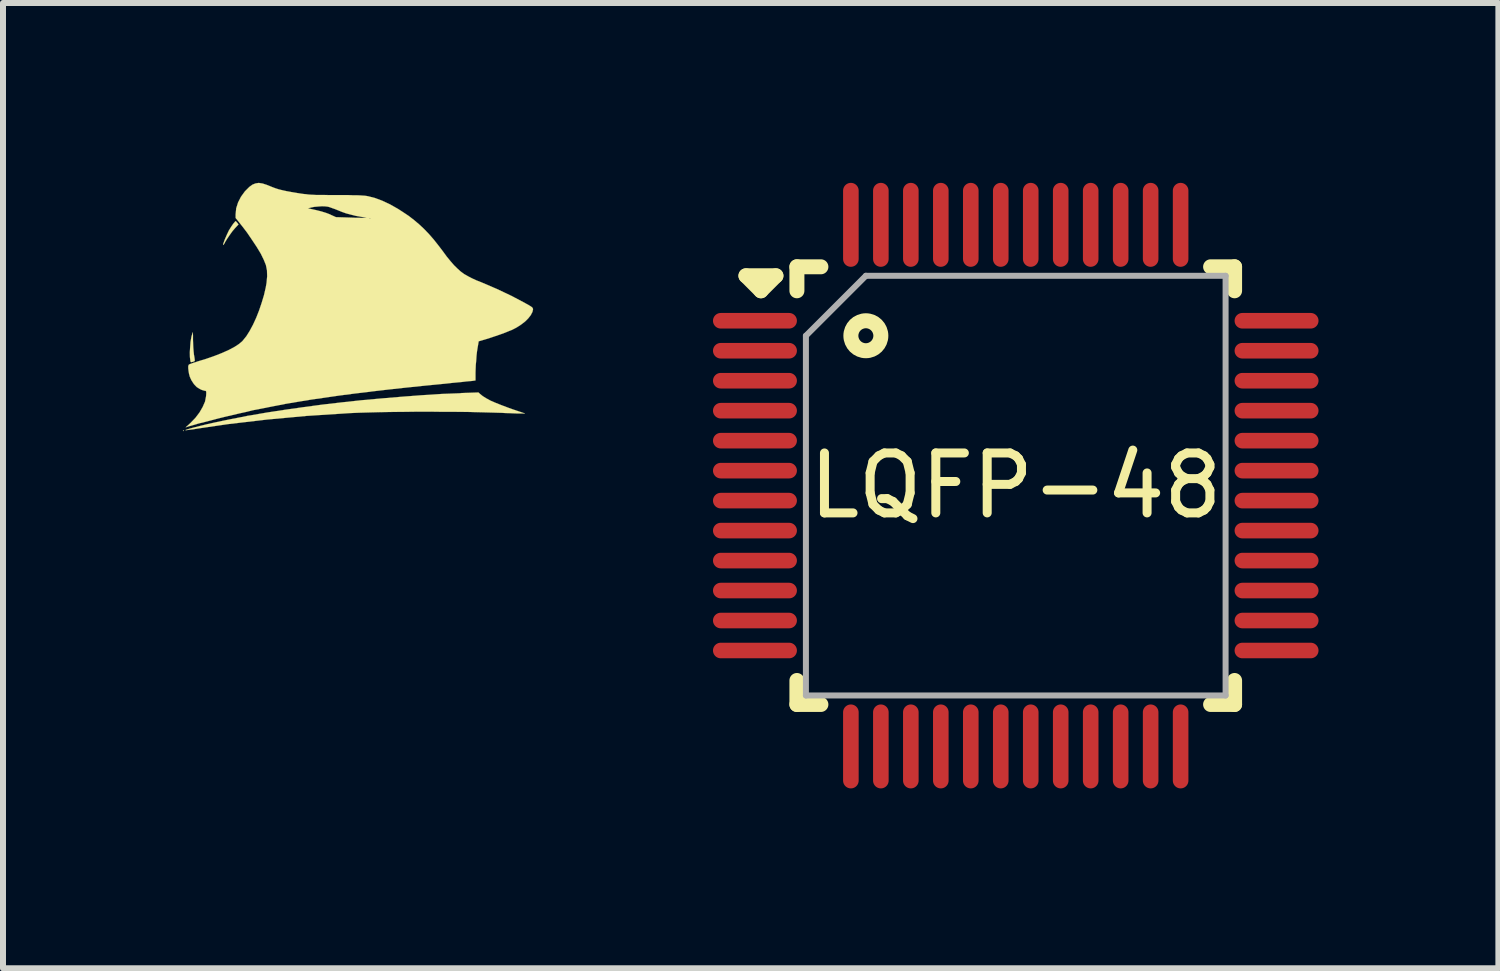
<source format=kicad_pcb>
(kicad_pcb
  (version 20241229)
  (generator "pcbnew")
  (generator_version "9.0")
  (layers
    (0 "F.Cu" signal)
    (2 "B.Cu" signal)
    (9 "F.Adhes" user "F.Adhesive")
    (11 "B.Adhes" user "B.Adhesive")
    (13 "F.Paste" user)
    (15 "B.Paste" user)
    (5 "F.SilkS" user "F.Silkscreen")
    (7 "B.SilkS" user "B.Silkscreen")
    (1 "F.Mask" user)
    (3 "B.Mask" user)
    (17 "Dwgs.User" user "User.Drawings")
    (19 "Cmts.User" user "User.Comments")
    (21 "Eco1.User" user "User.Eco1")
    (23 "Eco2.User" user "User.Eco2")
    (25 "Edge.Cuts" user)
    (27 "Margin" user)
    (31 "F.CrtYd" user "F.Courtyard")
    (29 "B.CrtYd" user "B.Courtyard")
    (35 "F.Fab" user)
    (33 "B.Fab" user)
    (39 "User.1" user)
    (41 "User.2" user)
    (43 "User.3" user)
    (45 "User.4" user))
  (footprint "LQFP-48"
    (layer "F.Cu")
    (at 13.892 5.05)
    (property "Reference" "LQFP-48" (at 0 0 0) (layer "F.SilkS") (effects (font (size 1 1) (thickness 0.15))))
    (attr smd)
    (fp_line (start -4.5 -3.5) (end -4.25 -3.25) (stroke (width 0.25) (type solid)) (layer "F.SilkS"))
    (fp_line (start -4.25 -3.25) (end -4 -3.5) (stroke (width 0.25) (type solid)) (layer "F.SilkS"))
    (fp_line (start -4 -3.5) (end -4.5 -3.5) (stroke (width 0.25) (type solid)) (layer "F.SilkS"))
    (fp_line (start -3.65 -3.65) (end -3.65 -3.25) (stroke (width 0.25) (type solid)) (layer "F.SilkS"))
    (fp_line (start -3.65 3.65) (end -3.65 3.25) (stroke (width 0.25) (type solid)) (layer "F.SilkS"))
    (fp_line (start -3.25 -3.65) (end -3.65 -3.65) (stroke (width 0.25) (type solid)) (layer "F.SilkS"))
    (fp_line (start -3.25 3.65) (end -3.65 3.65) (stroke (width 0.25) (type solid)) (layer "F.SilkS"))
    (fp_line (start 3.25 -3.65) (end 3.65 -3.65) (stroke (width 0.25) (type solid)) (layer "F.SilkS"))
    (fp_line (start 3.25 3.65) (end 3.65 3.65) (stroke (width 0.25) (type solid)) (layer "F.SilkS"))
    (fp_line (start 3.65 -3.65) (end 3.65 -3.25) (stroke (width 0.25) (type solid)) (layer "F.SilkS"))
    (fp_line (start 3.65 3.65) (end 3.65 3.25) (stroke (width 0.25) (type solid)) (layer "F.SilkS"))
    (fp_circle (center -2.5 -2.5) (end -2.25 -2.5) (stroke (width 0.25) (type solid)) (fill no) (layer "F.SilkS"))
    (fp_line (start -3.5 -2.5) (end -3.5 3.5) (stroke (width 0.1) (type solid)) (layer "F.Fab"))
    (fp_line (start -3.5 3.5) (end 3.5 3.5) (stroke (width 0.1) (type solid)) (layer "F.Fab"))
    (fp_line (start -2.5 -3.5) (end -3.5 -2.5) (stroke (width 0.1) (type solid)) (layer "F.Fab"))
    (fp_line (start 3.5 -3.5) (end -2.5 -3.5) (stroke (width 0.1) (type solid)) (layer "F.Fab"))
    (fp_line (start 3.5 3.5) (end 3.5 -3.5) (stroke (width 0.1) (type solid)) (layer "F.Fab"))
    (pad "1" smd oval (at -4.35 -2.75 90) (size 0.26 1.4) (layers "F.Cu" "F.Mask" "F.Paste"))
    (pad "2" smd oval (at -4.35 -2.25 90) (size 0.26 1.4) (layers "F.Cu" "F.Mask" "F.Paste"))
    (pad "3" smd oval (at -4.35 -1.75 90) (size 0.26 1.4) (layers "F.Cu" "F.Mask" "F.Paste"))
    (pad "4" smd oval (at -4.35 -1.25 90) (size 0.26 1.4) (layers "F.Cu" "F.Mask" "F.Paste"))
    (pad "5" smd oval (at -4.35 -0.75 90) (size 0.26 1.4) (layers "F.Cu" "F.Mask" "F.Paste"))
    (pad "6" smd oval (at -4.35 -0.25 90) (size 0.26 1.4) (layers "F.Cu" "F.Mask" "F.Paste"))
    (pad "7" smd oval (at -4.35 0.25 90) (size 0.26 1.4) (layers "F.Cu" "F.Mask" "F.Paste"))
    (pad "8" smd oval (at -4.35 0.75 90) (size 0.26 1.4) (layers "F.Cu" "F.Mask" "F.Paste"))
    (pad "9" smd oval (at -4.35 1.25 90) (size 0.26 1.4) (layers "F.Cu" "F.Mask" "F.Paste"))
    (pad "10" smd oval (at -4.35 1.75 90) (size 0.26 1.4) (layers "F.Cu" "F.Mask" "F.Paste"))
    (pad "11" smd oval (at -4.35 2.25 90) (size 0.26 1.4) (layers "F.Cu" "F.Mask" "F.Paste"))
    (pad "12" smd oval (at -4.35 2.75 90) (size 0.26 1.4) (layers "F.Cu" "F.Mask" "F.Paste"))
    (pad "13" smd oval (at -2.75 4.35) (size 0.26 1.4) (layers "F.Cu" "F.Mask" "F.Paste"))
    (pad "14" smd oval (at -2.25 4.35) (size 0.26 1.4) (layers "F.Cu" "F.Mask" "F.Paste"))
    (pad "15" smd oval (at -1.75 4.35) (size 0.26 1.4) (layers "F.Cu" "F.Mask" "F.Paste"))
    (pad "16" smd oval (at -1.25 4.35) (size 0.26 1.4) (layers "F.Cu" "F.Mask" "F.Paste"))
    (pad "17" smd oval (at -0.75 4.35) (size 0.26 1.4) (layers "F.Cu" "F.Mask" "F.Paste"))
    (pad "18" smd oval (at -0.25 4.35) (size 0.26 1.4) (layers "F.Cu" "F.Mask" "F.Paste"))
    (pad "19" smd oval (at 0.25 4.35) (size 0.26 1.4) (layers "F.Cu" "F.Mask" "F.Paste"))
    (pad "20" smd oval (at 0.75 4.35) (size 0.26 1.4) (layers "F.Cu" "F.Mask" "F.Paste"))
    (pad "21" smd oval (at 1.25 4.35) (size 0.26 1.4) (layers "F.Cu" "F.Mask" "F.Paste"))
    (pad "22" smd oval (at 1.75 4.35) (size 0.26 1.4) (layers "F.Cu" "F.Mask" "F.Paste"))
    (pad "23" smd oval (at 2.25 4.35) (size 0.26 1.4) (layers "F.Cu" "F.Mask" "F.Paste"))
    (pad "24" smd oval (at 2.75 4.35) (size 0.26 1.4) (layers "F.Cu" "F.Mask" "F.Paste"))
    (pad "25" smd oval (at 4.35 2.75 90) (size 0.26 1.4) (layers "F.Cu" "F.Mask" "F.Paste"))
    (pad "26" smd oval (at 4.35 2.25 90) (size 0.26 1.4) (layers "F.Cu" "F.Mask" "F.Paste"))
    (pad "27" smd oval (at 4.35 1.75 90) (size 0.26 1.4) (layers "F.Cu" "F.Mask" "F.Paste"))
    (pad "28" smd oval (at 4.35 1.25 90) (size 0.26 1.4) (layers "F.Cu" "F.Mask" "F.Paste"))
    (pad "29" smd oval (at 4.35 0.75 90) (size 0.26 1.4) (layers "F.Cu" "F.Mask" "F.Paste"))
    (pad "30" smd oval (at 4.35 0.25 90) (size 0.26 1.4) (layers "F.Cu" "F.Mask" "F.Paste"))
    (pad "31" smd oval (at 4.35 -0.25 90) (size 0.26 1.4) (layers "F.Cu" "F.Mask" "F.Paste"))
    (pad "32" smd oval (at 4.35 -0.75 90) (size 0.26 1.4) (layers "F.Cu" "F.Mask" "F.Paste"))
    (pad "33" smd oval (at 4.35 -1.25 90) (size 0.26 1.4) (layers "F.Cu" "F.Mask" "F.Paste"))
    (pad "34" smd oval (at 4.35 -1.75 90) (size 0.26 1.4) (layers "F.Cu" "F.Mask" "F.Paste"))
    (pad "35" smd oval (at 4.35 -2.25 90) (size 0.26 1.4) (layers "F.Cu" "F.Mask" "F.Paste"))
    (pad "36" smd oval (at 4.35 -2.75 90) (size 0.26 1.4) (layers "F.Cu" "F.Mask" "F.Paste"))
    (pad "37" smd oval (at 2.75 -4.35) (size 0.26 1.4) (layers "F.Cu" "F.Mask" "F.Paste"))
    (pad "38" smd oval (at 2.25 -4.35) (size 0.26 1.4) (layers "F.Cu" "F.Mask" "F.Paste"))
    (pad "39" smd oval (at 1.75 -4.35) (size 0.26 1.4) (layers "F.Cu" "F.Mask" "F.Paste"))
    (pad "40" smd oval (at 1.25 -4.35) (size 0.26 1.4) (layers "F.Cu" "F.Mask" "F.Paste"))
    (pad "41" smd oval (at 0.75 -4.35) (size 0.26 1.4) (layers "F.Cu" "F.Mask" "F.Paste"))
    (pad "42" smd oval (at 0.25 -4.35) (size 0.26 1.4) (layers "F.Cu" "F.Mask" "F.Paste"))
    (pad "43" smd oval (at -0.25 -4.35) (size 0.26 1.4) (layers "F.Cu" "F.Mask" "F.Paste"))
    (pad "44" smd oval (at -0.75 -4.35) (size 0.26 1.4) (layers "F.Cu" "F.Mask" "F.Paste"))
    (pad "45" smd oval (at -1.25 -4.35) (size 0.26 1.4) (layers "F.Cu" "F.Mask" "F.Paste"))
    (pad "46" smd oval (at -1.75 -4.35) (size 0.26 1.4) (layers "F.Cu" "F.Mask" "F.Paste"))
    (pad "47" smd oval (at -2.25 -4.35) (size 0.26 1.4) (layers "F.Cu" "F.Mask" "F.Paste"))
    (pad "48" smd oval (at -2.75 -4.35) (size 0.26 1.4) (layers "F.Cu" "F.Mask" "F.Paste")))
  (footprint "Logo"
    (layer "F.Cu")
    (at 2.94 2.038)
    (property "Reference" "Logo" (at 0 0 0) (layer "F.SilkS") (effects (font (size 0.381 0.381) (thickness 0.127))))
    (attr through_hole)
    (fp_poly (pts (xy -2.924 2.093) (xy -2.924 2.101) (xy -2.931 2.101) (xy -2.939 2.095) (xy -2.936 2.093) (xy -2.924 2.093)) (stroke (width 0.003) (type solid)) (fill yes) (layer "F.SilkS"))
    (fp_poly (pts (xy -2.012 -1.344) (xy -2.068 -1.285) (xy -2.113 -1.232) (xy -2.159 -1.168) (xy -2.202 -1.105) (xy -2.238 -1.046) (xy -2.238 -1.041) (xy -2.256 -1.013) (xy -2.266 -1.001) (xy -2.268 -1.003) (xy -2.266 -1.024) (xy -2.24 -1.095) (xy -2.207 -1.171) (xy -2.172 -1.245) (xy -2.134 -1.306) (xy -2.126 -1.318) (xy -2.101 -1.354) (xy -2.08 -1.379) (xy -2.065 -1.397) (xy -2.06 -1.4) (xy -2.05 -1.392) (xy -2.035 -1.374) (xy -2.032 -1.372) (xy -2.012 -1.344)) (stroke (width 0.003) (type solid)) (fill yes) (layer "F.SilkS"))
    (fp_poly (pts (xy -2.741 0.93) (xy -2.748 0.937) (xy -2.769 0.945) (xy -2.776 0.947) (xy -2.799 0.953) (xy -2.809 0.95) (xy -2.814 0.937) (xy -2.822 0.871) (xy -2.824 0.792) (xy -2.819 0.706) (xy -2.812 0.615) (xy -2.797 0.528) (xy -2.786 0.49) (xy -2.781 0.47) (xy -2.776 0.457) (xy -2.774 0.457) (xy -2.774 0.47) (xy -2.771 0.5) (xy -2.771 0.544) (xy -2.771 0.579) (xy -2.769 0.643) (xy -2.766 0.709) (xy -2.761 0.772) (xy -2.756 0.82) (xy -2.756 0.823) (xy -2.748 0.866) (xy -2.743 0.902) (xy -2.741 0.925) (xy -2.741 0.93)) (stroke (width 0.003) (type solid)) (fill yes) (layer "F.SilkS"))
    (fp_poly (pts (xy 2.766 1.808) (xy 2.7 1.808) (xy 2.672 1.808) (xy 2.626 1.808) (xy 2.57 1.806) (xy 2.504 1.803) (xy 2.431 1.801) (xy 2.385 1.798) (xy 2.212 1.793) (xy 2.024 1.788) (xy 1.824 1.783) (xy 1.618 1.781) (xy 1.405 1.781) (xy 1.189 1.778) (xy 0.975 1.778) (xy 0.762 1.781) (xy 0.554 1.783) (xy 0.356 1.786) (xy 0.168 1.791) (xy -0.008 1.796) (xy -0.168 1.803) (xy -0.211 1.806) (xy -0.876 1.849) (xy -1.537 1.91) (xy -2.187 1.986) (xy -2.692 2.06) (xy -2.771 2.073) (xy -2.827 2.08) (xy -2.868 2.085) (xy -2.891 2.088) (xy -2.896 2.085) (xy -2.885 2.08) (xy -2.86 2.073) (xy -2.83 2.062) (xy -2.746 2.04) (xy -2.644 2.014) (xy -2.53 1.986) (xy -2.403 1.958) (xy -2.271 1.93) (xy -2.134 1.902) (xy -1.994 1.875) (xy -1.857 1.847) (xy -1.816 1.841) (xy -1.539 1.793) (xy -1.245 1.748) (xy -0.935 1.704) (xy -0.615 1.661) (xy -0.287 1.623) (xy 0.046 1.587) (xy 0.381 1.557) (xy 0.716 1.529) (xy 1.046 1.504) (xy 1.372 1.483) (xy 1.687 1.471) (xy 1.699 1.468) (xy 1.991 1.458) (xy 2.017 1.483) (xy 2.062 1.519) (xy 2.118 1.554) (xy 2.189 1.593) (xy 2.276 1.631) (xy 2.377 1.671) (xy 2.499 1.717) (xy 2.555 1.737) (xy 2.766 1.808)) (stroke (width 0.003) (type solid)) (fill yes) (layer "F.SilkS"))
    (fp_poly (pts (xy 2.901 0.069) (xy 2.891 0.114) (xy 2.863 0.168) (xy 2.822 0.221) (xy 2.769 0.274) (xy 2.703 0.325) (xy 2.629 0.373) (xy 2.55 0.414) (xy 2.499 0.434) (xy 2.436 0.46) (xy 2.36 0.488) (xy 2.278 0.516) (xy 2.195 0.544) (xy 2.116 0.569) (xy 1.994 0.605) (xy 1.984 0.665) (xy 1.976 0.711) (xy 1.966 0.775) (xy 1.958 0.846) (xy 1.953 0.922) (xy 1.946 0.998) (xy 1.943 1.069) (xy 1.941 1.13) (xy 1.941 1.151) (xy 1.941 1.257) (xy 1.892 1.265) (xy 1.872 1.267) (xy 1.834 1.27) (xy 1.781 1.275) (xy 1.717 1.283) (xy 1.641 1.29) (xy 1.557 1.298) (xy 1.468 1.308) (xy 1.44 1.311) (xy 1.102 1.344) (xy 0.782 1.377) (xy 0.48 1.41) (xy 0.196 1.443) (xy 0.188 1.445) (xy 0.188 -1.443) (xy 0.185 -1.448) (xy 0.175 -1.448) (xy 0.173 -1.448) (xy 0.175 -1.44) (xy 0.18 -1.44) (xy 0.188 -1.443) (xy 0.188 1.445) (xy 0.122 1.453) (xy 0.122 -1.453) (xy 0.119 -1.455) (xy 0.104 -1.458) (xy 0.069 -1.466) (xy 0.038 -1.471) (xy -0.058 -1.488) (xy -0.14 -1.509) (xy -0.216 -1.529) (xy -0.287 -1.554) (xy -0.351 -1.58) (xy -0.401 -1.6) (xy -0.452 -1.618) (xy -0.493 -1.633) (xy -0.523 -1.641) (xy -0.566 -1.646) (xy -0.622 -1.648) (xy -0.686 -1.643) (xy -0.747 -1.638) (xy -0.798 -1.628) (xy -0.805 -1.626) (xy -0.856 -1.613) (xy -0.815 -1.605) (xy -0.724 -1.585) (xy -0.632 -1.562) (xy -0.551 -1.537) (xy -0.483 -1.511) (xy -0.475 -1.506) (xy -0.386 -1.466) (xy -0.185 -1.46) (xy -0.119 -1.458) (xy -0.053 -1.455) (xy 0.003 -1.455) (xy 0.048 -1.453) (xy 0.079 -1.453) (xy 0.081 -1.453) (xy 0.107 -1.453) (xy 0.122 -1.453) (xy 0.122 1.453) (xy -0.074 1.476) (xy -0.328 1.509) (xy -0.569 1.544) (xy -0.8 1.577) (xy -1.019 1.613) (xy -1.227 1.648) (xy -1.427 1.687) (xy -1.618 1.725) (xy -1.775 1.755) (xy -1.877 1.781) (xy -1.991 1.806) (xy -2.111 1.834) (xy -2.23 1.862) (xy -2.352 1.892) (xy -2.469 1.923) (xy -2.578 1.951) (xy -2.68 1.976) (xy -2.766 2.002) (xy -2.837 2.022) (xy -2.845 2.024) (xy -2.893 2.04) (xy -2.814 1.968) (xy -2.731 1.882) (xy -2.662 1.791) (xy -2.609 1.699) (xy -2.57 1.61) (xy -2.553 1.521) (xy -2.55 1.478) (xy -2.55 1.448) (xy -2.555 1.435) (xy -2.565 1.43) (xy -2.573 1.43) (xy -2.593 1.425) (xy -2.626 1.415) (xy -2.657 1.4) (xy -2.71 1.367) (xy -2.756 1.318) (xy -2.797 1.255) (xy -2.807 1.234) (xy -2.824 1.196) (xy -2.837 1.148) (xy -2.845 1.1) (xy -2.85 1.054) (xy -2.85 1.019) (xy -2.842 0.996) (xy -2.83 0.988) (xy -2.804 0.978) (xy -2.764 0.963) (xy -2.718 0.95) (xy -2.708 0.945) (xy -2.55 0.897) (xy -2.41 0.848) (xy -2.283 0.798) (xy -2.174 0.749) (xy -2.083 0.701) (xy -2.009 0.653) (xy -1.953 0.607) (xy -1.941 0.594) (xy -1.882 0.521) (xy -1.826 0.432) (xy -1.77 0.328) (xy -1.717 0.213) (xy -1.669 0.091) (xy -1.626 -0.036) (xy -1.587 -0.165) (xy -1.557 -0.295) (xy -1.544 -0.371) (xy -1.534 -0.48) (xy -1.537 -0.579) (xy -1.554 -0.663) (xy -1.554 -0.665) (xy -1.59 -0.754) (xy -1.638 -0.853) (xy -1.704 -0.963) (xy -1.781 -1.079) (xy -1.867 -1.206) (xy -1.943 -1.306) (xy -2.06 -1.453) (xy -2.06 -1.514) (xy -2.05 -1.615) (xy -2.019 -1.712) (xy -1.971 -1.806) (xy -1.905 -1.897) (xy -1.887 -1.915) (xy -1.831 -1.971) (xy -1.778 -2.009) (xy -1.727 -2.029) (xy -1.674 -2.037) (xy -1.61 -2.027) (xy -1.539 -2.004) (xy -1.506 -1.991) (xy -1.45 -1.968) (xy -1.397 -1.948) (xy -1.341 -1.93) (xy -1.28 -1.915) (xy -1.212 -1.9) (xy -1.13 -1.885) (xy -1.036 -1.869) (xy -0.96 -1.857) (xy -0.922 -1.852) (xy -0.886 -1.849) (xy -0.851 -1.844) (xy -0.813 -1.841) (xy -0.77 -1.839) (xy -0.719 -1.836) (xy -0.658 -1.836) (xy -0.584 -1.836) (xy -0.495 -1.834) (xy -0.389 -1.834) (xy -0.381 -1.834) (xy -0.269 -1.834) (xy -0.178 -1.834) (xy -0.102 -1.831) (xy -0.041 -1.831) (xy 0.01 -1.829) (xy 0.053 -1.826) (xy 0.086 -1.824) (xy 0.114 -1.821) (xy 0.142 -1.816) (xy 0.145 -1.816) (xy 0.262 -1.786) (xy 0.386 -1.74) (xy 0.516 -1.679) (xy 0.65 -1.603) (xy 0.729 -1.552) (xy 0.828 -1.486) (xy 0.917 -1.417) (xy 1.001 -1.346) (xy 1.082 -1.27) (xy 1.163 -1.186) (xy 1.245 -1.092) (xy 1.331 -0.983) (xy 1.389 -0.907) (xy 1.46 -0.81) (xy 1.524 -0.732) (xy 1.582 -0.665) (xy 1.638 -0.61) (xy 1.692 -0.561) (xy 1.75 -0.518) (xy 1.811 -0.483) (xy 1.88 -0.447) (xy 1.958 -0.411) (xy 2.035 -0.381) (xy 2.296 -0.269) (xy 2.543 -0.152) (xy 2.774 -0.03) (xy 2.776 -0.028) (xy 2.827 0) (xy 2.86 0.02) (xy 2.883 0.036) (xy 2.893 0.048) (xy 2.898 0.058) (xy 2.901 0.069)) (stroke (width 0.003) (type solid)) (fill yes) (layer "F.SilkS")))
  (gr_rect
    (start -3 -3)
    (end 21.942 13.1)
    (stroke (width 0.1) (type default))
    (fill no)
    (layer "Edge.Cuts")))
</source>
